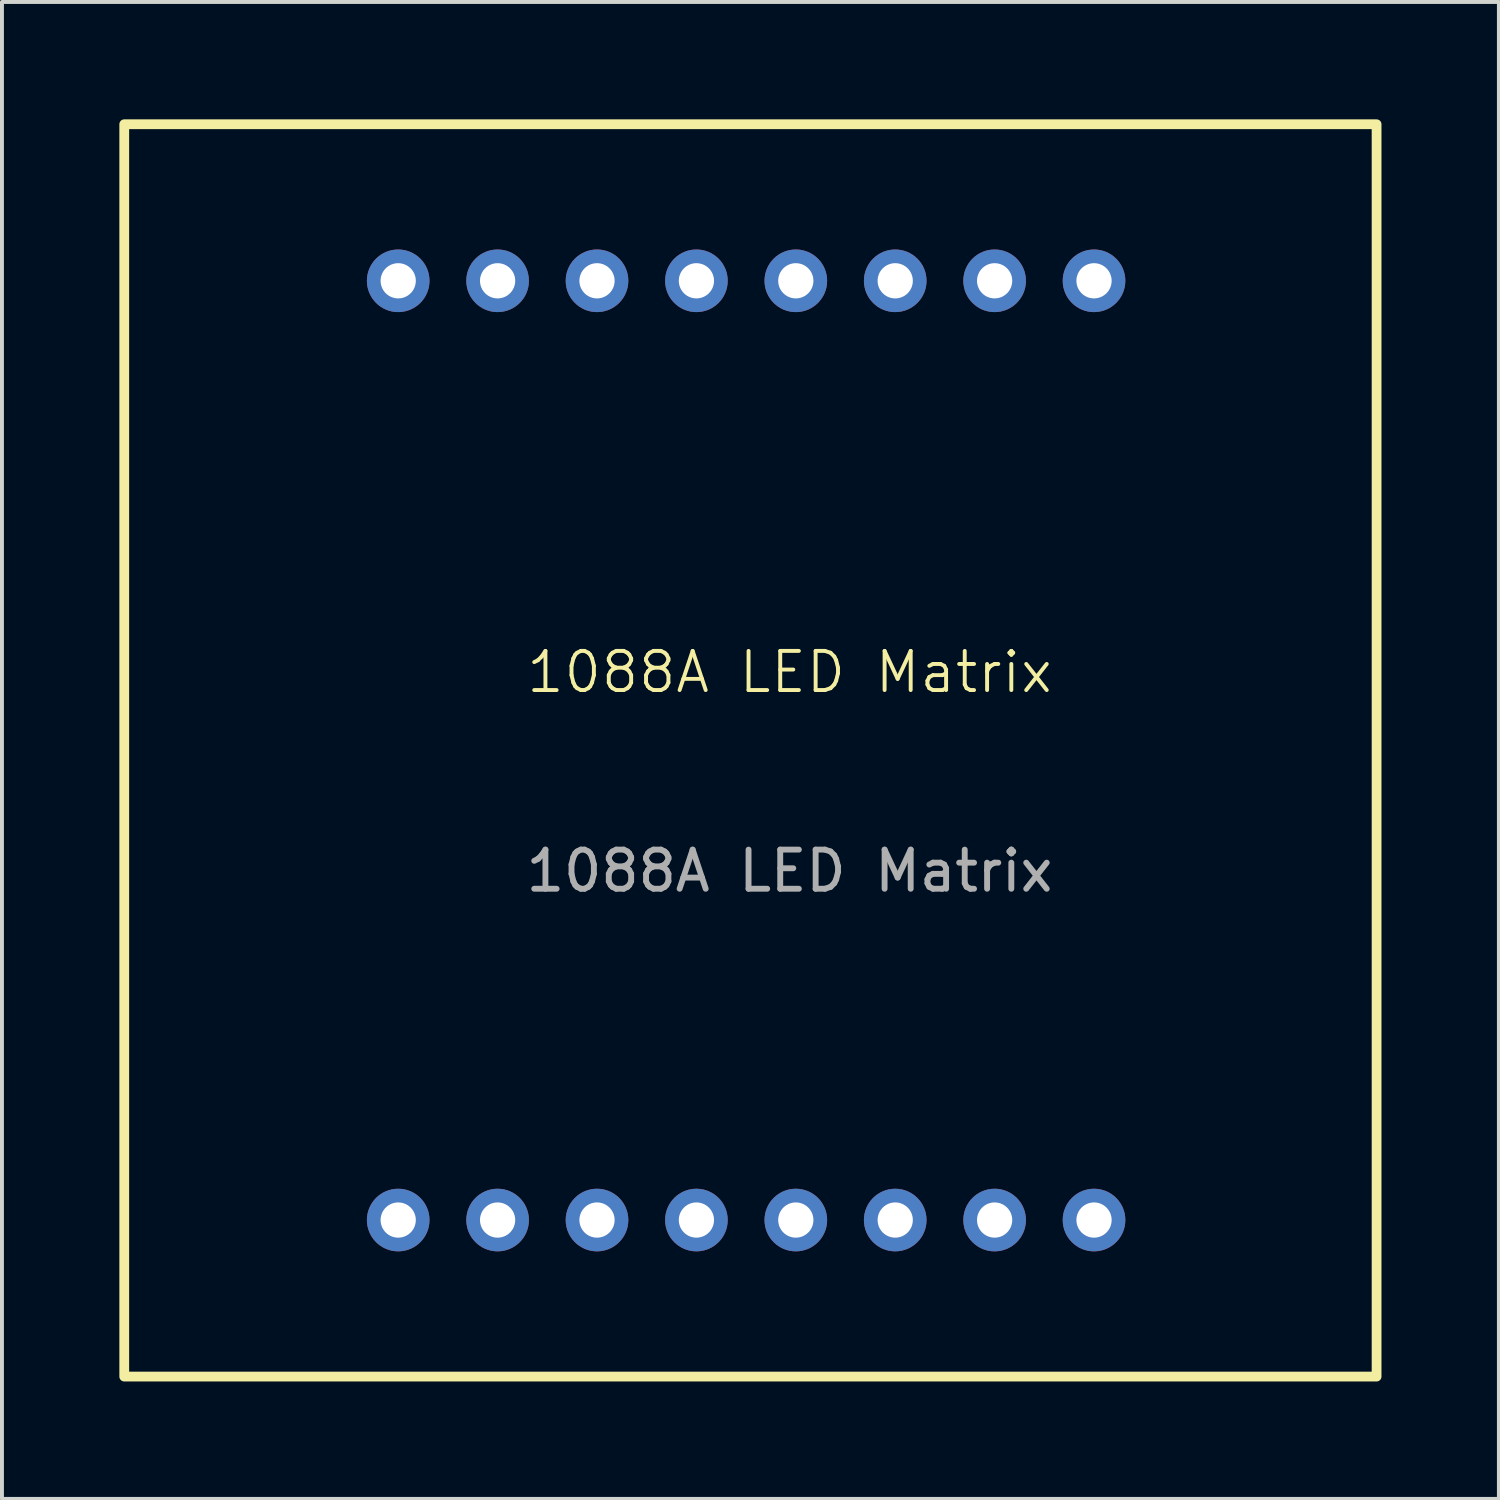
<source format=kicad_pcb>
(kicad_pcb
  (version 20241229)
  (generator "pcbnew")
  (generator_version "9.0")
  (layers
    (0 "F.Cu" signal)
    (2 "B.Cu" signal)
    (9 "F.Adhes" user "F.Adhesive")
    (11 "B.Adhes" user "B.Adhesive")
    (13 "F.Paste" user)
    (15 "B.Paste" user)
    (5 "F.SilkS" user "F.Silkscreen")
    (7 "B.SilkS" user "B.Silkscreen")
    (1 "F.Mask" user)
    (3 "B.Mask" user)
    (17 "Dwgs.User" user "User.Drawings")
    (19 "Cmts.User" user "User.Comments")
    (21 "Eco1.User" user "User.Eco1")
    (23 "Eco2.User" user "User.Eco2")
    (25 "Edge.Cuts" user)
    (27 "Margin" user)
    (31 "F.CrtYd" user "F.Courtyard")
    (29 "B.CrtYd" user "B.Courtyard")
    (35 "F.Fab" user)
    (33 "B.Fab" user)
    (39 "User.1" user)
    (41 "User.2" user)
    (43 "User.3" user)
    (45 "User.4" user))
  (footprint "1088A LED Matrix"
    (layer "F.Cu")
    (at 7.125 4.125)
    (property "Reference" "1088A LED Matrix" (at 10 10 0) (unlocked yes) (layer "F.SilkS") (effects (font (size 1 1) (thickness 0.1))))
    (attr through_hole)
    (fp_rect (start -7 -4) (end 25 28) (stroke (width 0.25) (type default)) (fill no) (layer "F.SilkS"))
    (fp_text user "${REFERENCE}" (at 10 15.08 0) (unlocked yes) (layer "F.Fab") (effects (font (size 1 1) (thickness 0.15))))
    (pad "1" thru_hole circle (at 0 24) (size 1.6 1.6) (drill 0.9) (layers "*.Cu" "*.Mask"))
    (pad "2" thru_hole circle (at 2.54 24) (size 1.6 1.6) (drill 0.9) (layers "*.Cu" "*.Mask"))
    (pad "3" thru_hole circle (at 5.08 24) (size 1.6 1.6) (drill 0.9) (layers "*.Cu" "*.Mask"))
    (pad "4" thru_hole circle (at 7.62 24) (size 1.6 1.6) (drill 0.9) (layers "*.Cu" "*.Mask"))
    (pad "5" thru_hole circle (at 10.16 24) (size 1.6 1.6) (drill 0.9) (layers "*.Cu" "*.Mask"))
    (pad "6" thru_hole circle (at 12.7 24) (size 1.6 1.6) (drill 0.9) (layers "*.Cu" "*.Mask"))
    (pad "7" thru_hole circle (at 15.24 24) (size 1.6 1.6) (drill 0.9) (layers "*.Cu" "*.Mask"))
    (pad "8" thru_hole circle (at 17.78 24) (size 1.6 1.6) (drill 0.9) (layers "*.Cu" "*.Mask"))
    (pad "9" thru_hole circle (at 17.78 0) (size 1.6 1.6) (drill 0.9) (layers "*.Cu" "*.Mask"))
    (pad "10" thru_hole circle (at 15.24 0) (size 1.6 1.6) (drill 0.9) (layers "*.Cu" "*.Mask"))
    (pad "11" thru_hole circle (at 12.7 0) (size 1.6 1.6) (drill 0.9) (layers "*.Cu" "*.Mask"))
    (pad "12" thru_hole circle (at 10.16 0) (size 1.6 1.6) (drill 0.9) (layers "*.Cu" "*.Mask"))
    (pad "13" thru_hole circle (at 7.62 0) (size 1.6 1.6) (drill 0.9) (layers "*.Cu" "*.Mask"))
    (pad "14" thru_hole circle (at 5.08 0) (size 1.6 1.6) (drill 0.9) (layers "*.Cu" "*.Mask"))
    (pad "15" thru_hole circle (at 2.54 0) (size 1.6 1.6) (drill 0.9) (layers "*.Cu" "*.Mask"))
    (pad "16" thru_hole circle (at 0 0) (size 1.6 1.6) (drill 0.9) (layers "*.Cu" "*.Mask")))
  (gr_rect
    (start -3 -3)
    (end 35.25 35.25)
    (stroke (width 0.1) (type default))
    (fill no)
    (layer "Edge.Cuts")))
</source>
